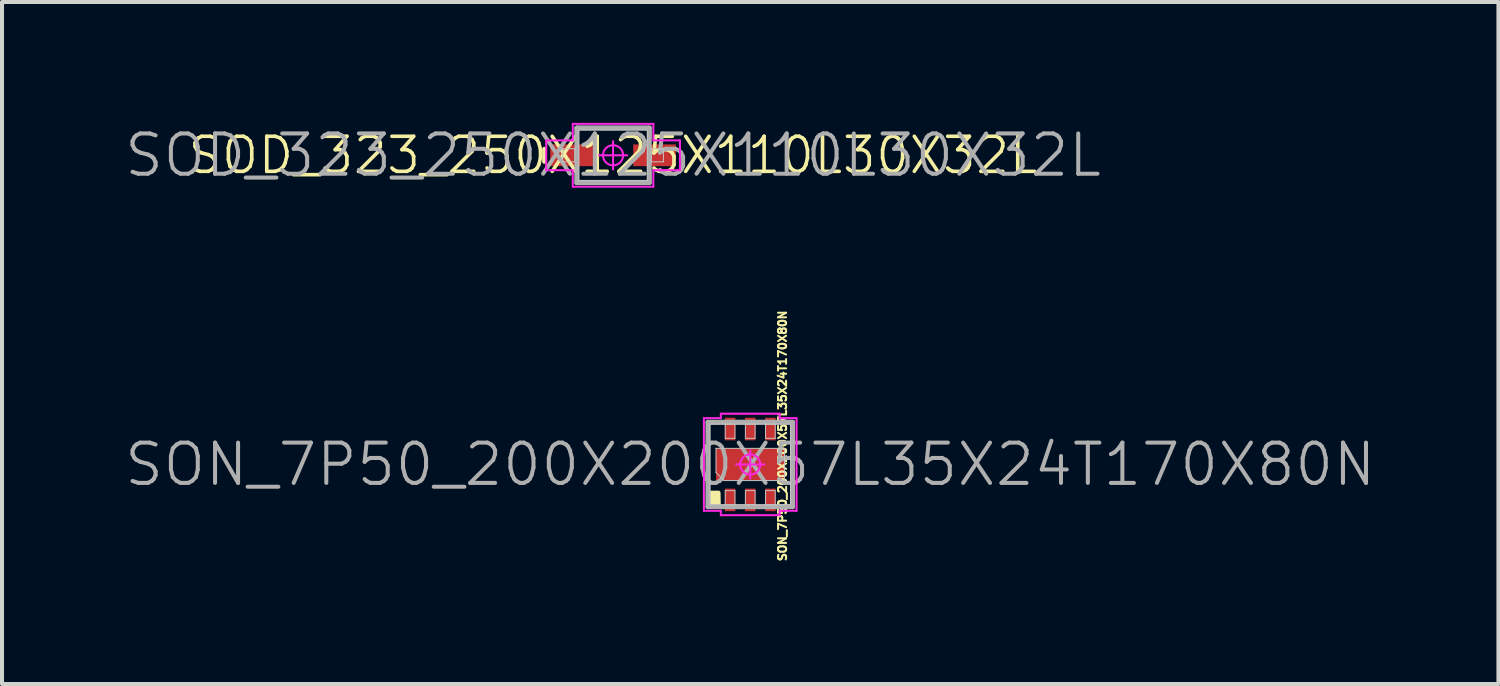
<source format=kicad_pcb>
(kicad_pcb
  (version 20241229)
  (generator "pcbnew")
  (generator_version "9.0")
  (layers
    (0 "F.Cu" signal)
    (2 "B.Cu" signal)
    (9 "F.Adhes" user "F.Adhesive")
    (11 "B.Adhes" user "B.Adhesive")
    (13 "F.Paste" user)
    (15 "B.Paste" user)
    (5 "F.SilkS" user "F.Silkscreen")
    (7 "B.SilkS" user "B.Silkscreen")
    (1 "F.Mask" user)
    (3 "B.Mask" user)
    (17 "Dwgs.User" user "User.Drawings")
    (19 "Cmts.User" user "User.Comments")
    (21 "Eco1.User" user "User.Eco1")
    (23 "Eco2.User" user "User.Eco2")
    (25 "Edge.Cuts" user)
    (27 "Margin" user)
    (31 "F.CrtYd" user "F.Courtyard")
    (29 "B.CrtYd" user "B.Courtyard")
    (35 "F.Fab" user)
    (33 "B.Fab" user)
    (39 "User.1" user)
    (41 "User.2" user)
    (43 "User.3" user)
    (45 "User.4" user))
  (footprint "SOD_323_250X125X110L30X32L"
    (layer "F.Cu")
    (at 12.169 0.805)
    (property "Reference" "SOD_323_250X125X110L30X32L" (at 0 0 0) (layer "F.Fab") (effects (font (size 1 1) (thickness 0.1))))
    (attr smd)
    (fp_line (start -1.71 0.16) (end -1.71 -0.16) (stroke (width 0.1) (type solid)) (layer "F.SilkS"))
    (fp_line (start -0.9 -0.68) (end 0.9 -0.68) (stroke (width 0.1) (type solid)) (layer "F.SilkS"))
    (fp_line (start -0.9 -0.42) (end -0.9 -0.68) (stroke (width 0.1) (type solid)) (layer "F.SilkS"))
    (fp_line (start -0.9 0.68) (end -0.9 0.42) (stroke (width 0.1) (type solid)) (layer "F.SilkS"))
    (fp_line (start 0.9 -0.68) (end 0.9 -0.42) (stroke (width 0.1) (type solid)) (layer "F.SilkS"))
    (fp_line (start 0.9 0.42) (end 0.9 0.68) (stroke (width 0.1) (type solid)) (layer "F.SilkS"))
    (fp_line (start 0.9 0.68) (end -0.9 0.68) (stroke (width 0.1) (type solid)) (layer "F.SilkS"))
    (fp_line (start -1.25 -0.163) (end -0.95 -0.163) (stroke (width 0.025) (type solid)) (layer "Dwgs.User"))
    (fp_line (start -1.25 0.163) (end -1.25 -0.163) (stroke (width 0.025) (type solid)) (layer "Dwgs.User"))
    (fp_line (start -0.95 -0.163) (end -0.95 0.163) (stroke (width 0.025) (type solid)) (layer "Dwgs.User"))
    (fp_line (start -0.95 0.163) (end -1.25 0.163) (stroke (width 0.025) (type solid)) (layer "Dwgs.User"))
    (fp_line (start -0.85 -0.625) (end 0.85 -0.625) (stroke (width 0.025) (type solid)) (layer "Dwgs.User"))
    (fp_line (start -0.85 0.625) (end -0.85 -0.625) (stroke (width 0.025) (type solid)) (layer "Dwgs.User"))
    (fp_line (start 0.85 -0.625) (end 0.85 0.625) (stroke (width 0.025) (type solid)) (layer "Dwgs.User"))
    (fp_line (start 0.85 0.625) (end -0.85 0.625) (stroke (width 0.025) (type solid)) (layer "Dwgs.User"))
    (fp_line (start 0.95 -0.163) (end 1.25 -0.163) (stroke (width 0.025) (type solid)) (layer "Dwgs.User"))
    (fp_line (start 0.95 0.163) (end 0.95 -0.163) (stroke (width 0.025) (type solid)) (layer "Dwgs.User"))
    (fp_line (start 1.25 -0.163) (end 1.25 0.163) (stroke (width 0.025) (type solid)) (layer "Dwgs.User"))
    (fp_line (start 1.25 0.163) (end 0.95 0.163) (stroke (width 0.025) (type solid)) (layer "Dwgs.User"))
    (fp_line (start -1.66 -0.37) (end -1.66 0.37) (stroke (width 0.05) (type solid)) (layer "F.CrtYd"))
    (fp_line (start -1.66 0.37) (end -1 0.37) (stroke (width 0.05) (type solid)) (layer "F.CrtYd"))
    (fp_line (start -1 -0.78) (end -1 -0.37) (stroke (width 0.05) (type solid)) (layer "F.CrtYd"))
    (fp_line (start -1 -0.37) (end -1.66 -0.37) (stroke (width 0.05) (type solid)) (layer "F.CrtYd"))
    (fp_line (start -1 0.37) (end -1 0.78) (stroke (width 0.05) (type solid)) (layer "F.CrtYd"))
    (fp_line (start -1 0.78) (end 1 0.78) (stroke (width 0.05) (type solid)) (layer "F.CrtYd"))
    (fp_line (start 0 -0.35) (end 0 0.35) (stroke (width 0.05) (type solid)) (layer "F.CrtYd"))
    (fp_line (start 0.35 0) (end -0.35 0) (stroke (width 0.05) (type solid)) (layer "F.CrtYd"))
    (fp_line (start 1 -0.78) (end -1 -0.78) (stroke (width 0.05) (type solid)) (layer "F.CrtYd"))
    (fp_line (start 1 -0.37) (end 1 -0.78) (stroke (width 0.05) (type solid)) (layer "F.CrtYd"))
    (fp_line (start 1 0.37) (end 1.66 0.37) (stroke (width 0.05) (type solid)) (layer "F.CrtYd"))
    (fp_line (start 1 0.78) (end 1 0.37) (stroke (width 0.05) (type solid)) (layer "F.CrtYd"))
    (fp_line (start 1.66 -0.37) (end 1 -0.37) (stroke (width 0.05) (type solid)) (layer "F.CrtYd"))
    (fp_line (start 1.66 0.37) (end 1.66 -0.37) (stroke (width 0.05) (type solid)) (layer "F.CrtYd"))
    (fp_circle (center 0 0) (end 0 0.25) (stroke (width 0.05) (type solid)) (fill no) (layer "F.CrtYd"))
    (fp_line (start -0.9 -0.68) (end 0.9 -0.68) (stroke (width 0.12) (type solid)) (layer "F.Fab"))
    (fp_line (start -0.9 0.68) (end -0.9 -0.68) (stroke (width 0.12) (type solid)) (layer "F.Fab"))
    (fp_line (start 0.9 -0.68) (end 0.9 0.68) (stroke (width 0.12) (type solid)) (layer "F.Fab"))
    (fp_line (start 0.9 0.68) (end -0.9 0.68) (stroke (width 0.12) (type solid)) (layer "F.Fab"))
    (fp_text user "${REFERENCE}" (at 0 0 0) (layer "F.SilkS") (effects (font (size 0.87 0.87) (thickness 0.09))))
    (pad "A" smd rect (at 1.03 0) (size 1.06 0.54) (layers "F.Cu" "F.Mask" "F.Paste"))
    (pad "C" smd rect (at -1.03 0) (size 1.06 0.54) (layers "F.Cu" "F.Mask" "F.Paste")))
  (footprint "SON_7P50_200X200X57L35X24T170X80N"
    (layer "F.Cu")
    (at 15.574 8.48)
    (property "Reference" "SON_7P50_200X200X57L35X24T170X80N" (at 0 0 0) (layer "F.Fab") (effects (font (size 1 1) (thickness 0.1))))
    (attr smd)
    (fp_line (start -1.05 -1.05) (end -0.78 -1.05) (stroke (width 0.1) (type solid)) (layer "F.SilkS"))
    (fp_line (start -1.05 1.05) (end -1.05 -1.05) (stroke (width 0.1) (type solid)) (layer "F.SilkS"))
    (fp_line (start -0.78 1.05) (end -1.05 1.05) (stroke (width 0.1) (type solid)) (layer "F.SilkS"))
    (fp_line (start 0.78 1.05) (end 1.05 1.05) (stroke (width 0.1) (type solid)) (layer "F.SilkS"))
    (fp_line (start 1.05 -1.05) (end 0.78 -1.05) (stroke (width 0.1) (type solid)) (layer "F.SilkS"))
    (fp_line (start 1.05 1.05) (end 1.05 -1.05) (stroke (width 0.1) (type solid)) (layer "F.SilkS"))
    (fp_poly (pts (xy -0.78 1.05) (xy -1.05 1.05) (xy -1.041 0.7) (xy -0.787 0.7)) (stroke (width 0.1) (type solid)) (fill yes) (layer "F.SilkS"))
    (fp_line (start -1 -1) (end 1 -1) (stroke (width 0.025) (type solid)) (layer "Dwgs.User"))
    (fp_line (start -1 1) (end -1 -1) (stroke (width 0.025) (type solid)) (layer "Dwgs.User"))
    (fp_line (start -0.85 -0.4) (end -0.85 0.2) (stroke (width 0.025) (type solid)) (layer "Dwgs.User"))
    (fp_line (start -0.85 0.2) (end -0.65 0.4) (stroke (width 0.025) (type solid)) (layer "Dwgs.User"))
    (fp_line (start -0.65 0.4) (end 0.85 0.4) (stroke (width 0.025) (type solid)) (layer "Dwgs.User"))
    (fp_line (start -0.62 -1) (end -0.38 -1) (stroke (width 0.025) (type solid)) (layer "Dwgs.User"))
    (fp_line (start -0.62 -0.65) (end -0.62 -1) (stroke (width 0.025) (type solid)) (layer "Dwgs.User"))
    (fp_line (start -0.62 0.65) (end -0.38 0.65) (stroke (width 0.025) (type solid)) (layer "Dwgs.User"))
    (fp_line (start -0.62 1) (end -0.62 0.65) (stroke (width 0.025) (type solid)) (layer "Dwgs.User"))
    (fp_line (start -0.38 -1) (end -0.38 -0.65) (stroke (width 0.025) (type solid)) (layer "Dwgs.User"))
    (fp_line (start -0.38 -0.65) (end -0.62 -0.65) (stroke (width 0.025) (type solid)) (layer "Dwgs.User"))
    (fp_line (start -0.38 0.65) (end -0.38 1) (stroke (width 0.025) (type solid)) (layer "Dwgs.User"))
    (fp_line (start -0.38 1) (end -0.62 1) (stroke (width 0.025) (type solid)) (layer "Dwgs.User"))
    (fp_line (start -0.12 -1) (end 0.12 -1) (stroke (width 0.025) (type solid)) (layer "Dwgs.User"))
    (fp_line (start -0.12 -0.65) (end -0.12 -1) (stroke (width 0.025) (type solid)) (layer "Dwgs.User"))
    (fp_line (start -0.12 0.65) (end 0.12 0.65) (stroke (width 0.025) (type solid)) (layer "Dwgs.User"))
    (fp_line (start -0.12 1) (end -0.12 0.65) (stroke (width 0.025) (type solid)) (layer "Dwgs.User"))
    (fp_line (start 0.12 -1) (end 0.12 -0.65) (stroke (width 0.025) (type solid)) (layer "Dwgs.User"))
    (fp_line (start 0.12 -0.65) (end -0.12 -0.65) (stroke (width 0.025) (type solid)) (layer "Dwgs.User"))
    (fp_line (start 0.12 0.65) (end 0.12 1) (stroke (width 0.025) (type solid)) (layer "Dwgs.User"))
    (fp_line (start 0.12 1) (end -0.12 1) (stroke (width 0.025) (type solid)) (layer "Dwgs.User"))
    (fp_line (start 0.38 -1) (end 0.62 -1) (stroke (width 0.025) (type solid)) (layer "Dwgs.User"))
    (fp_line (start 0.38 -0.65) (end 0.38 -1) (stroke (width 0.025) (type solid)) (layer "Dwgs.User"))
    (fp_line (start 0.38 0.65) (end 0.62 0.65) (stroke (width 0.025) (type solid)) (layer "Dwgs.User"))
    (fp_line (start 0.38 1) (end 0.38 0.65) (stroke (width 0.025) (type solid)) (layer "Dwgs.User"))
    (fp_line (start 0.62 -1) (end 0.62 -0.65) (stroke (width 0.025) (type solid)) (layer "Dwgs.User"))
    (fp_line (start 0.62 -0.65) (end 0.38 -0.65) (stroke (width 0.025) (type solid)) (layer "Dwgs.User"))
    (fp_line (start 0.62 0.65) (end 0.62 1) (stroke (width 0.025) (type solid)) (layer "Dwgs.User"))
    (fp_line (start 0.62 1) (end 0.38 1) (stroke (width 0.025) (type solid)) (layer "Dwgs.User"))
    (fp_line (start 0.85 -0.4) (end -0.85 -0.4) (stroke (width 0.025) (type solid)) (layer "Dwgs.User"))
    (fp_line (start 0.85 0.4) (end 0.85 -0.4) (stroke (width 0.025) (type solid)) (layer "Dwgs.User"))
    (fp_line (start 1 -1) (end 1 1) (stroke (width 0.025) (type solid)) (layer "Dwgs.User"))
    (fp_line (start 1 1) (end -1 1) (stroke (width 0.025) (type solid)) (layer "Dwgs.User"))
    (fp_line (start -1.15 -1.15) (end -1.15 1.15) (stroke (width 0.05) (type solid)) (layer "F.CrtYd"))
    (fp_line (start -1.15 1.15) (end -0.73 1.15) (stroke (width 0.05) (type solid)) (layer "F.CrtYd"))
    (fp_line (start -0.73 -1.26) (end -0.73 -1.15) (stroke (width 0.05) (type solid)) (layer "F.CrtYd"))
    (fp_line (start -0.73 -1.15) (end -1.15 -1.15) (stroke (width 0.05) (type solid)) (layer "F.CrtYd"))
    (fp_line (start -0.73 1.15) (end -0.73 1.26) (stroke (width 0.05) (type solid)) (layer "F.CrtYd"))
    (fp_line (start -0.73 1.26) (end 0.73 1.26) (stroke (width 0.05) (type solid)) (layer "F.CrtYd"))
    (fp_line (start -0.35 0) (end 0.35 0) (stroke (width 0.05) (type solid)) (layer "F.CrtYd"))
    (fp_line (start 0 -0.35) (end 0 0.35) (stroke (width 0.05) (type solid)) (layer "F.CrtYd"))
    (fp_line (start 0.73 -1.26) (end -0.73 -1.26) (stroke (width 0.05) (type solid)) (layer "F.CrtYd"))
    (fp_line (start 0.73 -1.15) (end 0.73 -1.26) (stroke (width 0.05) (type solid)) (layer "F.CrtYd"))
    (fp_line (start 0.73 1.15) (end 1.15 1.15) (stroke (width 0.05) (type solid)) (layer "F.CrtYd"))
    (fp_line (start 0.73 1.26) (end 0.73 1.15) (stroke (width 0.05) (type solid)) (layer "F.CrtYd"))
    (fp_line (start 1.15 -1.15) (end 0.73 -1.15) (stroke (width 0.05) (type solid)) (layer "F.CrtYd"))
    (fp_line (start 1.15 1.15) (end 1.15 -1.15) (stroke (width 0.05) (type solid)) (layer "F.CrtYd"))
    (fp_circle (center 0 0) (end 0 0.25) (stroke (width 0.05) (type solid)) (fill no) (layer "F.CrtYd"))
    (fp_line (start -1.05 -1.05) (end 1.05 -1.05) (stroke (width 0.12) (type solid)) (layer "F.Fab"))
    (fp_line (start -1.05 1.05) (end -1.05 -1.05) (stroke (width 0.12) (type solid)) (layer "F.Fab"))
    (fp_line (start 1.05 -1.05) (end 1.05 1.05) (stroke (width 0.12) (type solid)) (layer "F.Fab"))
    (fp_line (start 1.05 1.05) (end -1.05 1.05) (stroke (width 0.12) (type solid)) (layer "F.Fab"))
    (fp_text user "${REFERENCE}" (at 0.8 -0.71 270) (layer "F.SilkS") (effects (font (size 0.2 0.2) (thickness 0.05))))
    (pad "1" smd rect (at -0.5 0.88 90) (size 0.56 0.26) (layers "F.Cu" "F.Mask" "F.Paste"))
    (pad "2" smd rect (at 0 0.88 90) (size 0.56 0.26) (layers "F.Cu" "F.Mask" "F.Paste"))
    (pad "3" smd rect (at 0.5 0.88 90) (size 0.56 0.26) (layers "F.Cu" "F.Mask" "F.Paste"))
    (pad "4" smd rect (at 0.5 -0.88 90) (size 0.56 0.26) (layers "F.Cu" "F.Mask" "F.Paste"))
    (pad "5" smd rect (at 0 -0.88 90) (size 0.56 0.26) (layers "F.Cu" "F.Mask" "F.Paste"))
    (pad "6" smd rect (at -0.5 -0.88 90) (size 0.56 0.26) (layers "F.Cu" "F.Mask" "F.Paste"))
    (pad "7" smd rect (at 0 0 90) (size 0.8 1.7) (layers "F.Cu" "F.Mask" "F.Paste")))
  (gr_rect
    (start -3 -3)
    (end 34.148 13.93)
    (stroke (width 0.1) (type default))
    (fill no)
    (layer "Edge.Cuts")))
</source>
